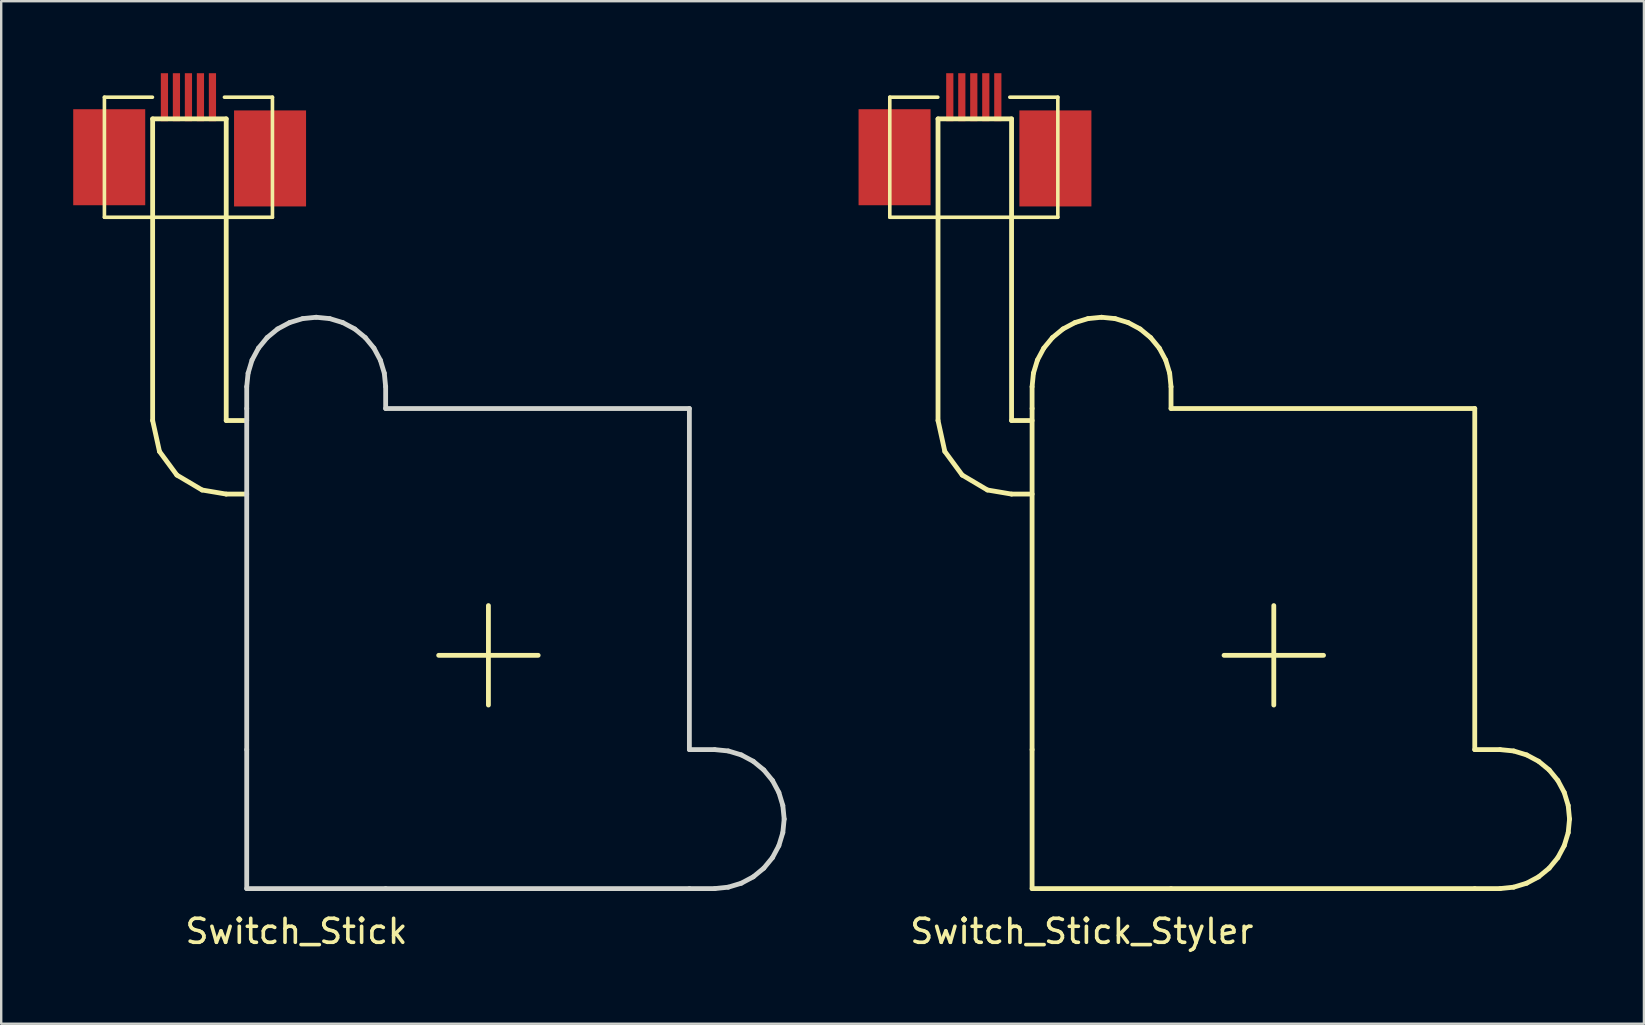
<source format=kicad_pcb>
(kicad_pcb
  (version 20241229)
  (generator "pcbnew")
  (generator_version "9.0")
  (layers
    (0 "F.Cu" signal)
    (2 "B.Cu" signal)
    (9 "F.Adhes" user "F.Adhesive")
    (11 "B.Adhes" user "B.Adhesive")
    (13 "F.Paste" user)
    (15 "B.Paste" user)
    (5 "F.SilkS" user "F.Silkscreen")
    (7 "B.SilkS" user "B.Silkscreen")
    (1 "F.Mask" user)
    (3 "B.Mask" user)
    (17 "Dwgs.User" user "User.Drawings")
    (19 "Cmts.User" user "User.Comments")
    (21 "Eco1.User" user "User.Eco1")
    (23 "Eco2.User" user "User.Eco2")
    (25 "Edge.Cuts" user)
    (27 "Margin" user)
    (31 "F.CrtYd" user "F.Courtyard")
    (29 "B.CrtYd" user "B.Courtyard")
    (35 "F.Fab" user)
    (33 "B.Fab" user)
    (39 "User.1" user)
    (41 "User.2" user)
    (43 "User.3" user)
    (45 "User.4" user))
  (footprint "Switch_Stick_Styler"
    (layer "F.Cu")
    (at 37.508 3.295)
    (property "Reference" "Switch_Stick_Styler" (at 4.51 32.455 0) (layer "F.SilkS") (effects (font (size 1 1) (thickness 0.15))))
    (attr through_hole)
    (fp_line (start -3.49 -2.295) (end -3.49 2.705) (stroke (width 0.15) (type solid)) (layer "F.SilkS"))
    (fp_line (start -3.49 -2.295) (end -1.49 -2.295) (stroke (width 0.15) (type solid)) (layer "F.SilkS"))
    (fp_line (start -1.481 -1.392) (end -1.481 11.173) (stroke (width 0.2) (type solid)) (layer "F.SilkS"))
    (fp_line (start -1.481 -1.392) (end 1.583 -1.392) (stroke (width 0.2) (type solid)) (layer "F.SilkS"))
    (fp_line (start -1.481 11.173) (end -1.197 12.463) (stroke (width 0.2) (type solid)) (layer "F.SilkS"))
    (fp_line (start -0.473 13.446) (end -1.197 12.463) (stroke (width 0.2) (type solid)) (layer "F.SilkS"))
    (fp_line (start 0.578 14.068) (end -0.473 13.446) (stroke (width 0.2) (type solid)) (layer "F.SilkS"))
    (fp_line (start 1.51 -2.295) (end 3.51 -2.295) (stroke (width 0.15) (type solid)) (layer "F.SilkS"))
    (fp_line (start 1.583 -1.392) (end 1.583 11.173) (stroke (width 0.2) (type solid)) (layer "F.SilkS"))
    (fp_line (start 1.583 14.238) (end 0.578 14.068) (stroke (width 0.2) (type solid)) (layer "F.SilkS"))
    (fp_line (start 2.438 9.765) (end 2.494 9.201) (stroke (width 0.2) (type solid)) (layer "F.SilkS"))
    (fp_line (start 2.438 10.673) (end 2.438 9.765) (stroke (width 0.2) (type solid)) (layer "F.SilkS"))
    (fp_line (start 2.438 10.673) (end 2.438 24.883) (stroke (width 0.2) (type solid)) (layer "F.SilkS"))
    (fp_line (start 2.438 11.173) (end 1.583 11.173) (stroke (width 0.2) (type solid)) (layer "F.SilkS"))
    (fp_line (start 2.438 14.238) (end 1.583 14.238) (stroke (width 0.2) (type solid)) (layer "F.SilkS"))
    (fp_line (start 2.438 30.673) (end 2.438 24.883) (stroke (width 0.2) (type solid)) (layer "F.SilkS"))
    (fp_line (start 2.438 30.673) (end 8.226 30.673) (stroke (width 0.2) (type solid)) (layer "F.SilkS"))
    (fp_line (start 2.659 8.658) (end 2.494 9.201) (stroke (width 0.2) (type solid)) (layer "F.SilkS"))
    (fp_line (start 2.926 8.158) (end 2.659 8.658) (stroke (width 0.2) (type solid)) (layer "F.SilkS"))
    (fp_line (start 3.286 7.72) (end 2.926 8.158) (stroke (width 0.2) (type solid)) (layer "F.SilkS"))
    (fp_line (start 3.51 -2.295) (end 3.51 2.705) (stroke (width 0.15) (type solid)) (layer "F.SilkS"))
    (fp_line (start 3.51 2.705) (end -3.49 2.705) (stroke (width 0.15) (type solid)) (layer "F.SilkS"))
    (fp_line (start 3.724 7.36) (end 3.286 7.72) (stroke (width 0.2) (type solid)) (layer "F.SilkS"))
    (fp_line (start 4.225 7.093) (end 3.724 7.36) (stroke (width 0.2) (type solid)) (layer "F.SilkS"))
    (fp_line (start 4.767 6.928) (end 4.225 7.093) (stroke (width 0.2) (type solid)) (layer "F.SilkS"))
    (fp_line (start 5.332 6.872) (end 4.767 6.928) (stroke (width 0.2) (type solid)) (layer "F.SilkS"))
    (fp_line (start 5.332 6.872) (end 5.896 6.928) (stroke (width 0.2) (type solid)) (layer "F.SilkS"))
    (fp_line (start 6.439 7.093) (end 5.896 6.928) (stroke (width 0.2) (type solid)) (layer "F.SilkS"))
    (fp_line (start 6.939 7.36) (end 6.439 7.093) (stroke (width 0.2) (type solid)) (layer "F.SilkS"))
    (fp_line (start 7.377 7.72) (end 6.939 7.36) (stroke (width 0.2) (type solid)) (layer "F.SilkS"))
    (fp_line (start 7.737 8.158) (end 7.377 7.72) (stroke (width 0.2) (type solid)) (layer "F.SilkS"))
    (fp_line (start 8.004 8.658) (end 7.737 8.158) (stroke (width 0.2) (type solid)) (layer "F.SilkS"))
    (fp_line (start 8.169 9.201) (end 8.004 8.658) (stroke (width 0.2) (type solid)) (layer "F.SilkS"))
    (fp_line (start 8.226 9.765) (end 8.169 9.201) (stroke (width 0.2) (type solid)) (layer "F.SilkS"))
    (fp_line (start 8.226 10.673) (end 8.226 9.765) (stroke (width 0.2) (type solid)) (layer "F.SilkS"))
    (fp_line (start 10.435 20.955) (end 14.579 20.955) (stroke (width 0.2) (type solid)) (layer "F.SilkS"))
    (fp_line (start 12.507 23.027) (end 12.507 18.883) (stroke (width 0.2) (type solid)) (layer "F.SilkS"))
    (fp_line (start 20.879 10.673) (end 8.226 10.673) (stroke (width 0.2) (type solid)) (layer "F.SilkS"))
    (fp_line (start 20.879 10.673) (end 20.879 24.883) (stroke (width 0.2) (type solid)) (layer "F.SilkS"))
    (fp_line (start 20.879 24.883) (end 21.934 24.883) (stroke (width 0.2) (type solid)) (layer "F.SilkS"))
    (fp_line (start 20.879 30.673) (end 8.226 30.673) (stroke (width 0.2) (type solid)) (layer "F.SilkS"))
    (fp_line (start 20.879 30.673) (end 21.934 30.673) (stroke (width 0.2) (type solid)) (layer "F.SilkS"))
    (fp_line (start 21.934 30.673) (end 22.499 30.614) (stroke (width 0.2) (type solid)) (layer "F.SilkS"))
    (fp_line (start 22.499 24.939) (end 21.934 24.883) (stroke (width 0.2) (type solid)) (layer "F.SilkS"))
    (fp_line (start 22.499 24.939) (end 23.041 25.104) (stroke (width 0.2) (type solid)) (layer "F.SilkS"))
    (fp_line (start 23.041 25.104) (end 23.541 25.371) (stroke (width 0.2) (type solid)) (layer "F.SilkS"))
    (fp_line (start 23.041 30.449) (end 22.499 30.614) (stroke (width 0.2) (type solid)) (layer "F.SilkS"))
    (fp_line (start 23.541 25.371) (end 23.98 25.731) (stroke (width 0.2) (type solid)) (layer "F.SilkS"))
    (fp_line (start 23.541 30.182) (end 23.041 30.449) (stroke (width 0.2) (type solid)) (layer "F.SilkS"))
    (fp_line (start 23.98 25.731) (end 24.34 26.169) (stroke (width 0.2) (type solid)) (layer "F.SilkS"))
    (fp_line (start 23.98 29.822) (end 23.541 30.182) (stroke (width 0.2) (type solid)) (layer "F.SilkS"))
    (fp_line (start 24.34 26.169) (end 24.607 26.669) (stroke (width 0.2) (type solid)) (layer "F.SilkS"))
    (fp_line (start 24.34 29.384) (end 23.98 29.822) (stroke (width 0.2) (type solid)) (layer "F.SilkS"))
    (fp_line (start 24.34 29.384) (end 24.607 28.883) (stroke (width 0.2) (type solid)) (layer "F.SilkS"))
    (fp_line (start 24.607 26.669) (end 24.772 27.212) (stroke (width 0.2) (type solid)) (layer "F.SilkS"))
    (fp_line (start 24.607 28.883) (end 24.772 28.341) (stroke (width 0.2) (type solid)) (layer "F.SilkS"))
    (fp_line (start 24.772 27.212) (end 24.827 27.776) (stroke (width 0.2) (type solid)) (layer "F.SilkS"))
    (fp_line (start 24.827 27.776) (end 24.772 28.341) (stroke (width 0.2) (type solid)) (layer "F.SilkS"))
    (pad "1" smd rect (at -0.991 -2.295) (size 0.3 2) (layers "F.Cu" "F.Mask" "F.Paste"))
    (pad "2" smd rect (at -0.49 -2.295) (size 0.3 2) (layers "F.Cu" "F.Mask" "F.Paste"))
    (pad "3" smd rect (at 0.009 -2.295) (size 0.3 2) (layers "F.Cu" "F.Mask" "F.Paste"))
    (pad "4" smd rect (at -3.291 0.205) (size 3 4) (layers "F.Cu" "F.Mask" "F.Paste"))
    (pad "4" smd rect (at 0.509 -2.295) (size 0.3 2) (layers "F.Cu" "F.Mask" "F.Paste"))
    (pad "4" smd rect (at 3.409 0.255) (size 3 4) (layers "F.Cu" "F.Mask" "F.Paste"))
    (pad "5" smd rect (at 1.01 -2.295) (size 0.3 2) (layers "F.Cu" "F.Mask" "F.Paste")))
  (footprint "Switch_Stick"
    (layer "F.Cu")
    (at 17.3 24.25)
    (property "Reference" "Switch_Stick" (at -8 11.5 0) (layer "F.SilkS") (effects (font (size 1 1) (thickness 0.15))))
    (attr through_hole)
    (fp_line (start -16 -23.25) (end -16 -18.25) (stroke (width 0.15) (type solid)) (layer "F.SilkS"))
    (fp_line (start -16 -23.25) (end -14 -23.25) (stroke (width 0.15) (type solid)) (layer "F.SilkS"))
    (fp_line (start -13.991 -22.347) (end -13.991 -9.782) (stroke (width 0.2) (type solid)) (layer "F.SilkS"))
    (fp_line (start -13.991 -22.347) (end -10.926 -22.347) (stroke (width 0.2) (type solid)) (layer "F.SilkS"))
    (fp_line (start -13.991 -9.782) (end -13.706 -8.492) (stroke (width 0.2) (type solid)) (layer "F.SilkS"))
    (fp_line (start -12.982 -7.509) (end -13.706 -8.492) (stroke (width 0.2) (type solid)) (layer "F.SilkS"))
    (fp_line (start -11.932 -6.887) (end -12.982 -7.509) (stroke (width 0.2) (type solid)) (layer "F.SilkS"))
    (fp_line (start -11 -23.25) (end -9 -23.25) (stroke (width 0.15) (type solid)) (layer "F.SilkS"))
    (fp_line (start -10.926 -22.347) (end -10.926 -9.782) (stroke (width 0.2) (type solid)) (layer "F.SilkS"))
    (fp_line (start -10.926 -6.717) (end -11.932 -6.887) (stroke (width 0.2) (type solid)) (layer "F.SilkS"))
    (fp_line (start -10.072 -9.782) (end -10.926 -9.782) (stroke (width 0.2) (type solid)) (layer "F.SilkS"))
    (fp_line (start -10.072 -6.717) (end -10.926 -6.717) (stroke (width 0.2) (type solid)) (layer "F.SilkS"))
    (fp_line (start -9 -23.25) (end -9 -18.25) (stroke (width 0.15) (type solid)) (layer "F.SilkS"))
    (fp_line (start -9 -18.25) (end -16 -18.25) (stroke (width 0.15) (type solid)) (layer "F.SilkS"))
    (fp_line (start -2.075 -0.000201) (end 2.07 -0.000201) (stroke (width 0.2) (type solid)) (layer "F.SilkS"))
    (fp_line (start -0.003 2.072) (end -0.003 -2.072) (stroke (width 0.2) (type solid)) (layer "F.SilkS"))
    (fp_line (start -10.072 -11.19) (end -10.015 -11.754) (stroke (width 0.2) (type solid)) (layer "Edge.Cuts"))
    (fp_line (start -10.072 -10.282) (end -10.072 -11.19) (stroke (width 0.2) (type solid)) (layer "Edge.Cuts"))
    (fp_line (start -10.072 -10.282) (end -10.072 3.928) (stroke (width 0.2) (type solid)) (layer "Edge.Cuts"))
    (fp_line (start -10.072 9.718) (end -10.072 3.928) (stroke (width 0.2) (type solid)) (layer "Edge.Cuts"))
    (fp_line (start -10.072 9.718) (end -4.284 9.718) (stroke (width 0.2) (type solid)) (layer "Edge.Cuts"))
    (fp_line (start -9.851 -12.297) (end -10.015 -11.754) (stroke (width 0.2) (type solid)) (layer "Edge.Cuts"))
    (fp_line (start -9.583 -12.797) (end -9.851 -12.297) (stroke (width 0.2) (type solid)) (layer "Edge.Cuts"))
    (fp_line (start -9.223 -13.235) (end -9.583 -12.797) (stroke (width 0.2) (type solid)) (layer "Edge.Cuts"))
    (fp_line (start -8.785 -13.595) (end -9.223 -13.235) (stroke (width 0.2) (type solid)) (layer "Edge.Cuts"))
    (fp_line (start -8.285 -13.862) (end -8.785 -13.595) (stroke (width 0.2) (type solid)) (layer "Edge.Cuts"))
    (fp_line (start -7.742 -14.027) (end -8.285 -13.862) (stroke (width 0.2) (type solid)) (layer "Edge.Cuts"))
    (fp_line (start -7.178 -14.083) (end -7.742 -14.027) (stroke (width 0.2) (type solid)) (layer "Edge.Cuts"))
    (fp_line (start -7.178 -14.083) (end -6.613 -14.027) (stroke (width 0.2) (type solid)) (layer "Edge.Cuts"))
    (fp_line (start -6.071 -13.862) (end -6.613 -14.027) (stroke (width 0.2) (type solid)) (layer "Edge.Cuts"))
    (fp_line (start -5.571 -13.595) (end -6.071 -13.862) (stroke (width 0.2) (type solid)) (layer "Edge.Cuts"))
    (fp_line (start -5.132 -13.235) (end -5.571 -13.595) (stroke (width 0.2) (type solid)) (layer "Edge.Cuts"))
    (fp_line (start -4.772 -12.797) (end -5.132 -13.235) (stroke (width 0.2) (type solid)) (layer "Edge.Cuts"))
    (fp_line (start -4.505 -12.297) (end -4.772 -12.797) (stroke (width 0.2) (type solid)) (layer "Edge.Cuts"))
    (fp_line (start -4.34 -11.754) (end -4.505 -12.297) (stroke (width 0.2) (type solid)) (layer "Edge.Cuts"))
    (fp_line (start -4.284 -11.19) (end -4.34 -11.754) (stroke (width 0.2) (type solid)) (layer "Edge.Cuts"))
    (fp_line (start -4.284 -10.282) (end -4.284 -11.19) (stroke (width 0.2) (type solid)) (layer "Edge.Cuts"))
    (fp_line (start 8.369 -10.282) (end -4.284 -10.282) (stroke (width 0.2) (type solid)) (layer "Edge.Cuts"))
    (fp_line (start 8.369 -10.282) (end 8.369 3.928) (stroke (width 0.2) (type solid)) (layer "Edge.Cuts"))
    (fp_line (start 8.369 3.928) (end 9.425 3.928) (stroke (width 0.2) (type solid)) (layer "Edge.Cuts"))
    (fp_line (start 8.369 9.718) (end -4.284 9.718) (stroke (width 0.2) (type solid)) (layer "Edge.Cuts"))
    (fp_line (start 8.369 9.718) (end 9.425 9.718) (stroke (width 0.2) (type solid)) (layer "Edge.Cuts"))
    (fp_line (start 9.425 9.718) (end 9.989 9.659) (stroke (width 0.2) (type solid)) (layer "Edge.Cuts"))
    (fp_line (start 9.989 3.984) (end 9.425 3.928) (stroke (width 0.2) (type solid)) (layer "Edge.Cuts"))
    (fp_line (start 9.989 3.984) (end 10.532 4.149) (stroke (width 0.2) (type solid)) (layer "Edge.Cuts"))
    (fp_line (start 10.532 4.149) (end 11.032 4.416) (stroke (width 0.2) (type solid)) (layer "Edge.Cuts"))
    (fp_line (start 10.532 9.494) (end 9.989 9.659) (stroke (width 0.2) (type solid)) (layer "Edge.Cuts"))
    (fp_line (start 11.032 4.416) (end 11.47 4.776) (stroke (width 0.2) (type solid)) (layer "Edge.Cuts"))
    (fp_line (start 11.032 9.227) (end 10.532 9.494) (stroke (width 0.2) (type solid)) (layer "Edge.Cuts"))
    (fp_line (start 11.47 4.776) (end 11.83 5.214) (stroke (width 0.2) (type solid)) (layer "Edge.Cuts"))
    (fp_line (start 11.47 8.867) (end 11.032 9.227) (stroke (width 0.2) (type solid)) (layer "Edge.Cuts"))
    (fp_line (start 11.83 5.214) (end 12.097 5.714) (stroke (width 0.2) (type solid)) (layer "Edge.Cuts"))
    (fp_line (start 11.83 8.429) (end 11.47 8.867) (stroke (width 0.2) (type solid)) (layer "Edge.Cuts"))
    (fp_line (start 11.83 8.429) (end 12.097 7.928) (stroke (width 0.2) (type solid)) (layer "Edge.Cuts"))
    (fp_line (start 12.097 5.714) (end 12.262 6.257) (stroke (width 0.2) (type solid)) (layer "Edge.Cuts"))
    (fp_line (start 12.097 7.928) (end 12.262 7.386) (stroke (width 0.2) (type solid)) (layer "Edge.Cuts"))
    (fp_line (start 12.262 6.257) (end 12.318 6.821) (stroke (width 0.2) (type solid)) (layer "Edge.Cuts"))
    (fp_line (start 12.318 6.821) (end 12.262 7.386) (stroke (width 0.2) (type solid)) (layer "Edge.Cuts"))
    (pad "1" smd rect (at -13.5 -23.25) (size 0.3 2) (layers "F.Cu" "F.Mask" "F.Paste"))
    (pad "2" smd rect (at -13 -23.25) (size 0.3 2) (layers "F.Cu" "F.Mask" "F.Paste"))
    (pad "3" smd rect (at -12.5 -23.25) (size 0.3 2) (layers "F.Cu" "F.Mask" "F.Paste"))
    (pad "4" smd rect (at -15.8 -20.75) (size 3 4) (layers "F.Cu" "F.Mask" "F.Paste"))
    (pad "4" smd rect (at -12 -23.25) (size 0.3 2) (layers "F.Cu" "F.Mask" "F.Paste"))
    (pad "4" smd rect (at -9.1 -20.7) (size 3 4) (layers "F.Cu" "F.Mask" "F.Paste"))
    (pad "5" smd rect (at -11.5 -23.25) (size 0.3 2) (layers "F.Cu" "F.Mask" "F.Paste")))
  (gr_rect
    (start -3 -3)
    (end 65.435 39.598)
    (stroke (width 0.1) (type default))
    (fill no)
    (layer "Edge.Cuts")))
</source>
